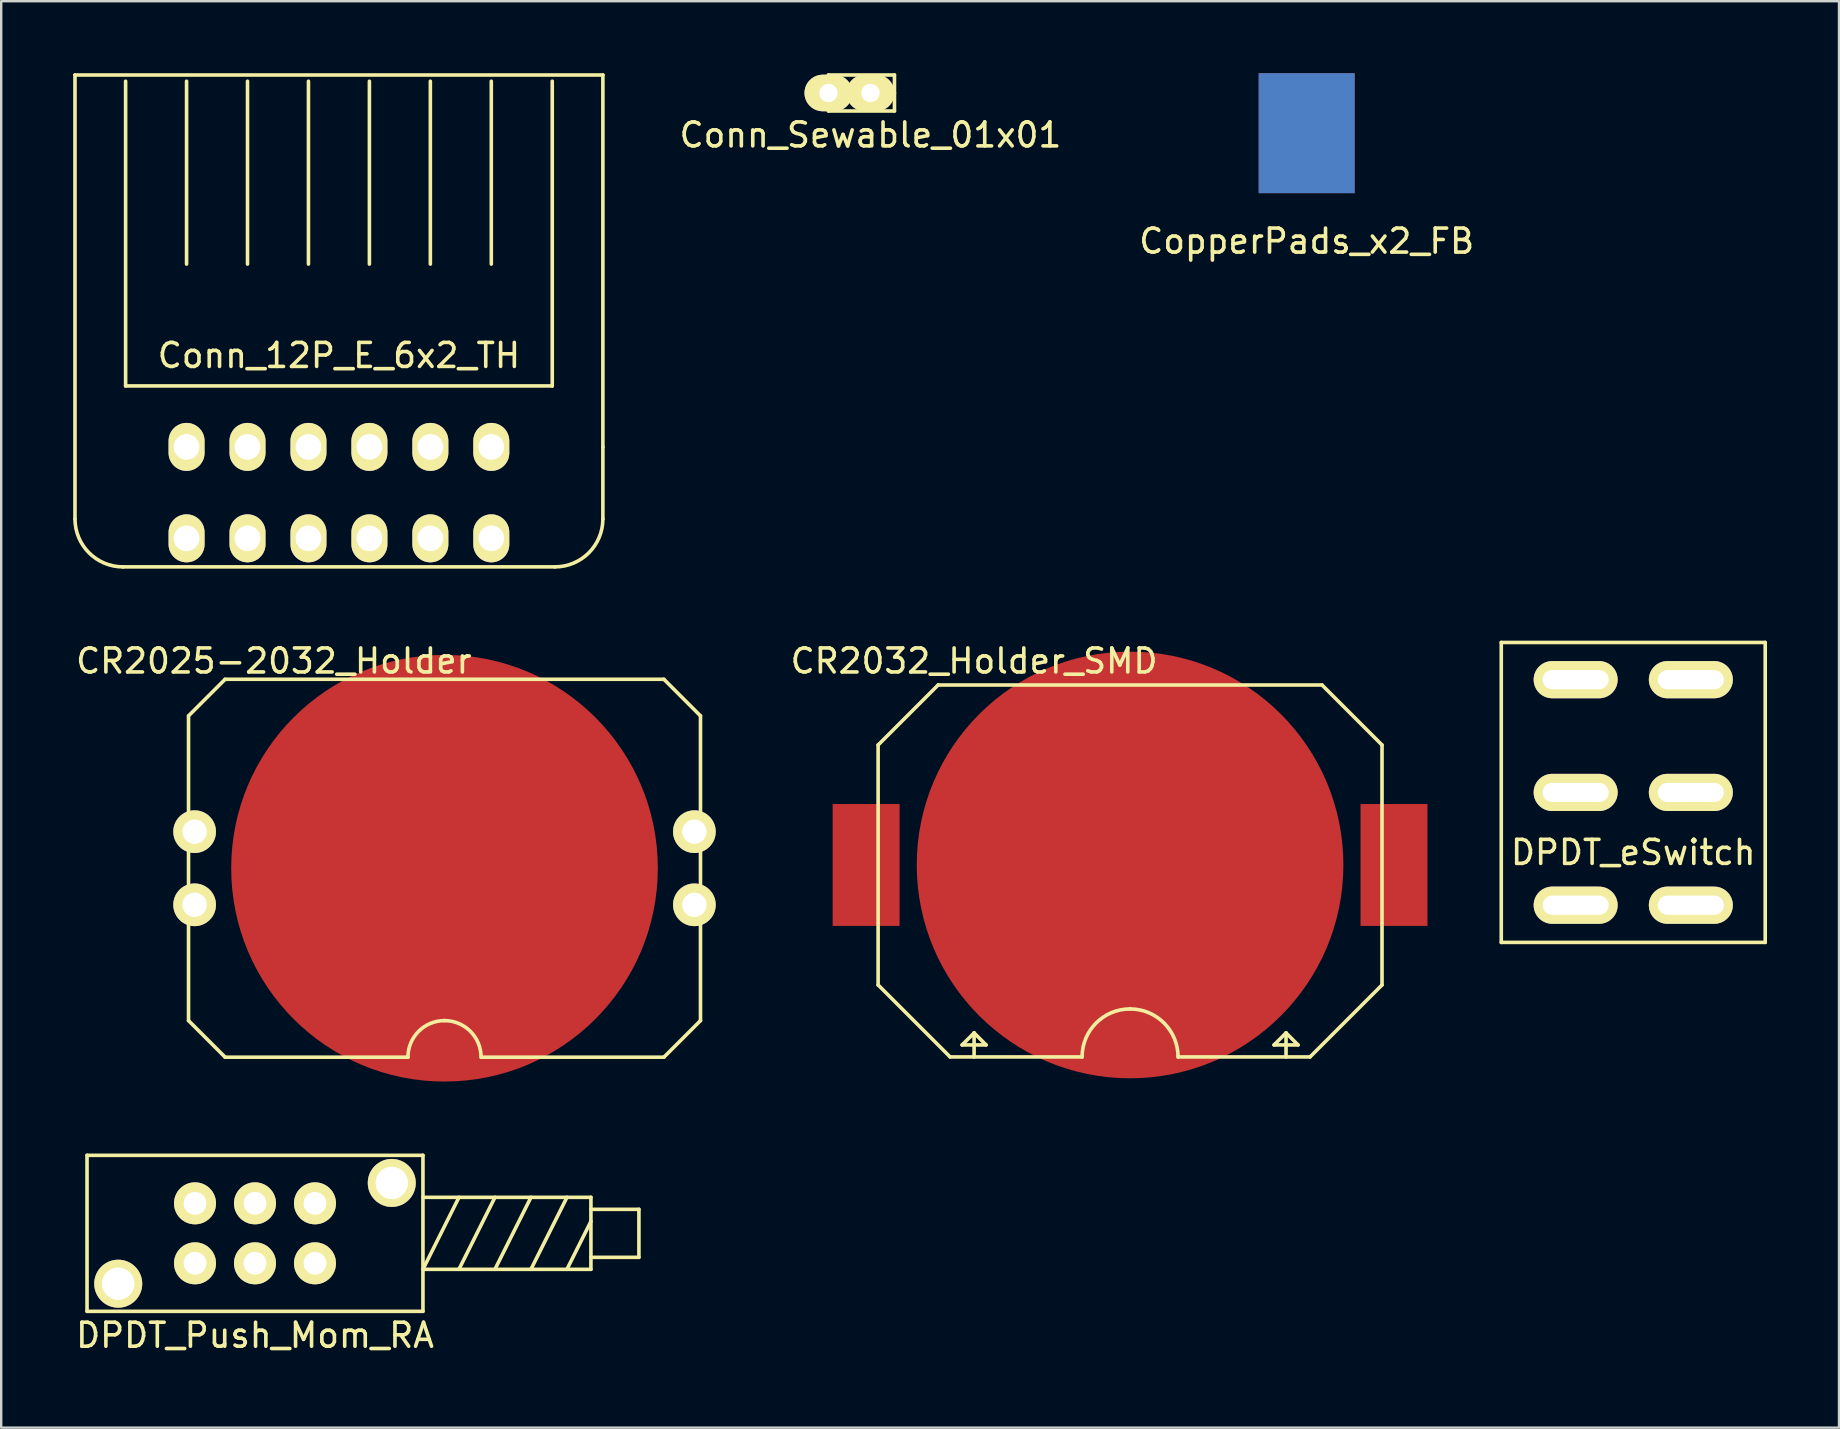
<source format=kicad_pcb>
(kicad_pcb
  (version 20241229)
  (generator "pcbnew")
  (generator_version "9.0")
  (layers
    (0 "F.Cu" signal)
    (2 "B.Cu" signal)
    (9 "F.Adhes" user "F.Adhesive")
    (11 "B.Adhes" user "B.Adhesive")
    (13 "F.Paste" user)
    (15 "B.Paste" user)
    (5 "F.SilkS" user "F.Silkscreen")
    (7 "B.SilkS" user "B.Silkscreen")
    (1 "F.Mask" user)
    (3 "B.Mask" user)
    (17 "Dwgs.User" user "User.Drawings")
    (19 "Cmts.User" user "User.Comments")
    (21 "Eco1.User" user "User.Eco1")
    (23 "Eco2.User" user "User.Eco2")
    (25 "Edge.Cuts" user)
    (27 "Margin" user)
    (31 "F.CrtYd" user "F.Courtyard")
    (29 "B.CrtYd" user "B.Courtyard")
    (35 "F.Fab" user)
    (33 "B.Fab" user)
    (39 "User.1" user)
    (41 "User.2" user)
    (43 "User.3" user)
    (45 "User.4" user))
  (footprint "Conn_12P_E_6x2_TH"
    (layer "F.Cu")
    (at 11.075 15.575)
    (property "Reference" "Conn_12P_E_6x2_TH" (at 0 -3.81 0) (layer "F.SilkS") (effects (font (size 1 1) (thickness 0.15))))
    (attr through_hole)
    (fp_line (start -11 -15.5) (end -11 3) (stroke (width 0.15) (type solid)) (layer "F.SilkS"))
    (fp_line (start -8.89 -15.24) (end -8.89 -2.54) (stroke (width 0.15) (type solid)) (layer "F.SilkS"))
    (fp_line (start -8.89 -2.54) (end 8.89 -2.54) (stroke (width 0.15) (type solid)) (layer "F.SilkS"))
    (fp_line (start -6.35 -15.24) (end -6.35 -7.62) (stroke (width 0.15) (type solid)) (layer "F.SilkS"))
    (fp_line (start -3.81 -15.24) (end -3.81 -7.62) (stroke (width 0.15) (type solid)) (layer "F.SilkS"))
    (fp_line (start -1.27 -7.62) (end -1.27 -15.24) (stroke (width 0.15) (type solid)) (layer "F.SilkS"))
    (fp_line (start 1.27 -15.24) (end 1.27 -7.62) (stroke (width 0.15) (type solid)) (layer "F.SilkS"))
    (fp_line (start 3.81 -7.62) (end 3.81 -15.24) (stroke (width 0.15) (type solid)) (layer "F.SilkS"))
    (fp_line (start 6.35 -15.24) (end 6.35 -7.62) (stroke (width 0.15) (type solid)) (layer "F.SilkS"))
    (fp_line (start 8.89 -2.54) (end 8.89 -15.24) (stroke (width 0.15) (type solid)) (layer "F.SilkS"))
    (fp_line (start 9 5) (end -9 5) (stroke (width 0.15) (type solid)) (layer "F.SilkS"))
    (fp_line (start 11 -15.5) (end -11 -15.5) (stroke (width 0.15) (type solid)) (layer "F.SilkS"))
    (fp_line (start 11 0) (end 11 -15.5) (stroke (width 0.15) (type solid)) (layer "F.SilkS"))
    (fp_line (start 11 3) (end 11 0) (stroke (width 0.15) (type solid)) (layer "F.SilkS"))
    (fp_arc (start -9 5) (mid -10.414214 4.414214) (end -11 3) (stroke (width 0.15) (type solid)) (layer "F.SilkS"))
    (fp_arc (start 11 3) (mid 10.414214 4.414214) (end 9 5) (stroke (width 0.15) (type solid)) (layer "F.SilkS"))
    (pad "1" thru_hole oval (at -6.35 3.81) (size 1.5 2) (drill 1.07) (layers "*.Cu" "*.Mask" "F.SilkS"))
    (pad "2" thru_hole oval (at -6.35 0) (size 1.5 2) (drill 1.07) (layers "*.Cu" "*.Mask" "F.SilkS"))
    (pad "3" thru_hole oval (at -3.81 3.81) (size 1.5 2) (drill 1.07) (layers "*.Cu" "*.Mask" "F.SilkS"))
    (pad "4" thru_hole oval (at -3.81 0) (size 1.5 2) (drill 1.07) (layers "*.Cu" "*.Mask" "F.SilkS"))
    (pad "5" thru_hole oval (at -1.27 3.81) (size 1.5 2) (drill 1.07) (layers "*.Cu" "*.Mask" "F.SilkS"))
    (pad "6" thru_hole oval (at -1.27 0) (size 1.5 2) (drill 1.07) (layers "*.Cu" "*.Mask" "F.SilkS"))
    (pad "7" thru_hole oval (at 1.27 3.81) (size 1.5 2) (drill 1.07) (layers "*.Cu" "*.Mask" "F.SilkS"))
    (pad "8" thru_hole oval (at 1.27 0) (size 1.5 2) (drill 1.07) (layers "*.Cu" "*.Mask" "F.SilkS"))
    (pad "9" thru_hole oval (at 3.81 3.81) (size 1.5 2) (drill 1.07) (layers "*.Cu" "*.Mask" "F.SilkS"))
    (pad "10" thru_hole oval (at 3.81 0) (size 1.5 2) (drill 1.07) (layers "*.Cu" "*.Mask" "F.SilkS"))
    (pad "11" thru_hole oval (at 6.35 3.81) (size 1.5 2) (drill 1.07) (layers "*.Cu" "*.Mask" "F.SilkS"))
    (pad "12" thru_hole oval (at 6.35 0) (size 1.5 2) (drill 1.07) (layers "*.Cu" "*.Mask" "F.SilkS")))
  (footprint "DPDT_eSwitch"
    (layer "F.Cu")
    (at 65.016 29.975)
    (property "Reference" "DPDT_eSwitch" (at 0 2.5 0) (layer "F.SilkS") (effects (font (size 1 1) (thickness 0.15))))
    (attr through_hole)
    (fp_line (start -5.5 -6.25) (end -5.5 6.25) (stroke (width 0.15) (type solid)) (layer "F.SilkS"))
    (fp_line (start -5.5 6.25) (end 5.5 6.25) (stroke (width 0.15) (type solid)) (layer "F.SilkS"))
    (fp_line (start 5.5 -6.25) (end -5.5 -6.25) (stroke (width 0.15) (type solid)) (layer "F.SilkS"))
    (fp_line (start 5.5 6.25) (end 5.5 -6.25) (stroke (width 0.15) (type solid)) (layer "F.SilkS"))
    (pad "1" thru_hole oval (at 2.4 -4.7) (size 3.5 1.55) (drill oval 2.75 0.8) (layers "*.Cu" "*.Mask" "F.SilkS"))
    (pad "2" thru_hole oval (at 2.4 0) (size 3.5 1.55) (drill oval 2.75 0.8) (layers "*.Cu" "*.Mask" "F.SilkS"))
    (pad "3" thru_hole oval (at 2.4 4.7) (size 3.5 1.55) (drill oval 2.75 0.8) (layers "*.Cu" "*.Mask" "F.SilkS"))
    (pad "4" thru_hole oval (at -2.4 4.7) (size 3.5 1.55) (drill oval 2.75 0.8) (layers "*.Cu" "*.Mask" "F.SilkS"))
    (pad "5" thru_hole oval (at -2.4 0) (size 3.5 1.55) (drill oval 2.75 0.8) (layers "*.Cu" "*.Mask" "F.SilkS"))
    (pad "6" thru_hole oval (at -2.4 -4.7) (size 3.5 1.55) (drill oval 2.75 0.8) (layers "*.Cu" "*.Mask" "F.SilkS")))
  (footprint "DPDT_Push_Mom_RA"
    (layer "F.Cu")
    (at 7.577 48.349)
    (property "Reference" "DPDT_Push_Mom_RA" (at 0 4.25 0) (layer "F.SilkS") (effects (font (size 1 1) (thickness 0.15))))
    (attr through_hole)
    (fp_line (start -7 -3.25) (end 7 -3.25) (stroke (width 0.15) (type solid)) (layer "F.SilkS"))
    (fp_line (start -7 3.25) (end -7 -3.25) (stroke (width 0.15) (type solid)) (layer "F.SilkS"))
    (fp_line (start 7 -3.25) (end 7 3.25) (stroke (width 0.15) (type solid)) (layer "F.SilkS"))
    (fp_line (start 7 -1.5) (end 14 -1.5) (stroke (width 0.15) (type solid)) (layer "F.SilkS"))
    (fp_line (start 7 1.5) (end 8.5 -1.5) (stroke (width 0.15) (type solid)) (layer "F.SilkS"))
    (fp_line (start 7 3.25) (end -7 3.25) (stroke (width 0.15) (type solid)) (layer "F.SilkS"))
    (fp_line (start 8.5 1.5) (end 10 -1.5) (stroke (width 0.15) (type solid)) (layer "F.SilkS"))
    (fp_line (start 10 1.5) (end 11.5 -1.5) (stroke (width 0.15) (type solid)) (layer "F.SilkS"))
    (fp_line (start 11.5 1.5) (end 13 -1.5) (stroke (width 0.15) (type solid)) (layer "F.SilkS"))
    (fp_line (start 13 1.5) (end 14 -0.5) (stroke (width 0.15) (type solid)) (layer "F.SilkS"))
    (fp_line (start 14 -1.5) (end 14 1.5) (stroke (width 0.15) (type solid)) (layer "F.SilkS"))
    (fp_line (start 14 -1) (end 16 -1) (stroke (width 0.15) (type solid)) (layer "F.SilkS"))
    (fp_line (start 14 1.5) (end 7 1.5) (stroke (width 0.15) (type solid)) (layer "F.SilkS"))
    (fp_line (start 16 -1) (end 16 1) (stroke (width 0.15) (type solid)) (layer "F.SilkS"))
    (fp_line (start 16 1) (end 14 1) (stroke (width 0.15) (type solid)) (layer "F.SilkS"))
    (pad "1" thru_hole circle (at -2.5 -1.25) (size 1.75 1.75) (drill 0.95) (layers "*.Cu" "*.Mask" "F.SilkS"))
    (pad "2" thru_hole circle (at 0 -1.25) (size 1.75 1.75) (drill 0.95) (layers "*.Cu" "*.Mask" "F.SilkS"))
    (pad "3" thru_hole circle (at 2.5 -1.25) (size 1.75 1.75) (drill 0.95) (layers "*.Cu" "*.Mask" "F.SilkS"))
    (pad "4" thru_hole circle (at -2.5 1.25) (size 1.75 1.75) (drill 0.95) (layers "*.Cu" "*.Mask" "F.SilkS"))
    (pad "5" thru_hole circle (at 0 1.25) (size 1.75 1.75) (drill 0.95) (layers "*.Cu" "*.Mask" "F.SilkS"))
    (pad "6" thru_hole circle (at 2.5 1.25) (size 1.75 1.75) (drill 0.95) (layers "*.Cu" "*.Mask" "F.SilkS"))
    (pad "7" thru_hole circle (at -5.7 2.1) (size 2 2) (drill 1.35) (layers "*.Cu" "*.Mask" "F.SilkS"))
    (pad "7" thru_hole circle (at 5.7 -2.1) (size 2 2) (drill 1.35) (layers "*.Cu" "*.Mask" "F.SilkS")))
  (footprint "CopperPads_x2_FB"
    (layer "F.Cu")
    (at 51.406 2.5)
    (property "Reference" "CopperPads_x2_FB" (at 0 4.5 0) (layer "F.SilkS") (effects (font (size 1 1) (thickness 0.15))))
    (attr through_hole)
    (pad "1" smd rect (at 0 0) (size 4 5) (layers "F.Cu" "F.Mask" "F.Paste"))
    (pad "2" smd rect (at 0 0) (size 4 5) (layers "F.Mask" "B.Cu" "F.Paste")))
  (footprint "Conn_Sewable_01x01"
    (layer "F.Cu")
    (at 33.227 0.825)
    (property "Reference" "Conn_Sewable_01x01" (at 0 1.75 0) (layer "F.SilkS") (effects (font (size 1 1) (thickness 0.15))))
    (attr through_hole)
    (fp_line (start -1.75 -0.75) (end -1.75 0.75) (stroke (width 0.15) (type solid)) (layer "F.SilkS"))
    (fp_line (start -1.75 0.75) (end 1 0.75) (stroke (width 0.15) (type solid)) (layer "F.SilkS"))
    (fp_line (start 1 -0.75) (end -1.75 -0.75) (stroke (width 0.15) (type solid)) (layer "F.SilkS"))
    (fp_line (start 1 0) (end 1 -0.75) (stroke (width 0.15) (type solid)) (layer "F.SilkS"))
    (fp_line (start 1 0.75) (end 1 0) (stroke (width 0.15) (type solid)) (layer "F.SilkS"))
    (pad "1" thru_hole oval (at -1.75 0) (size 2 1.524) (drill 0.762) (layers "*.Cu" "*.Mask" "F.SilkS"))
    (pad "1" thru_hole oval (at 0 0) (size 2 1.524) (drill 0.762) (layers "*.Cu" "*.Mask" "F.SilkS")))
  (footprint "CR2025-2032_Holder"
    (layer "F.Cu")
    (at 15.475 33.134)
    (property "Reference" "CR2025-2032_Holder" (at -7.112 -8.636 0) (layer "F.SilkS") (effects (font (size 1 1) (thickness 0.15))))
    (attr through_hole)
    (fp_line (start -10.668 -6.35) (end -9.144 -7.874) (stroke (width 0.15) (type solid)) (layer "F.SilkS"))
    (fp_line (start -10.668 6.35) (end -10.668 -6.35) (stroke (width 0.15) (type solid)) (layer "F.SilkS"))
    (fp_line (start -9.144 -7.874) (end 9.144 -7.874) (stroke (width 0.15) (type solid)) (layer "F.SilkS"))
    (fp_line (start -9.144 7.874) (end -10.668 6.35) (stroke (width 0.15) (type solid)) (layer "F.SilkS"))
    (fp_line (start -1.524 7.874) (end -9.144 7.874) (stroke (width 0.15) (type solid)) (layer "F.SilkS"))
    (fp_line (start 9.144 -7.874) (end 10.668 -6.35) (stroke (width 0.15) (type solid)) (layer "F.SilkS"))
    (fp_line (start 9.144 7.874) (end 1.524 7.874) (stroke (width 0.15) (type solid)) (layer "F.SilkS"))
    (fp_line (start 10.668 -6.35) (end 10.668 6.35) (stroke (width 0.15) (type solid)) (layer "F.SilkS"))
    (fp_line (start 10.668 6.35) (end 9.144 7.874) (stroke (width 0.15) (type solid)) (layer "F.SilkS"))
    (fp_arc (start -1.524 7.874) (mid -1.077631 6.796369) (end 0 6.35) (stroke (width 0.15) (type solid)) (layer "F.SilkS"))
    (fp_arc (start 0 6.35) (mid 1.077631 6.796369) (end 1.524 7.874) (stroke (width 0.15) (type solid)) (layer "F.SilkS"))
    (pad "1" thru_hole circle (at -10.414 -1.524) (size 1.778 1.778) (drill 1.016) (layers "*.Cu" "*.Mask" "F.SilkS"))
    (pad "1" thru_hole circle (at -10.414 1.524) (size 1.778 1.778) (drill 1.016) (layers "*.Cu" "*.Mask" "F.SilkS"))
    (pad "1" thru_hole circle (at 10.414 -1.524) (size 1.778 1.778) (drill 1.016) (layers "*.Cu" "*.Mask" "F.SilkS"))
    (pad "1" thru_hole circle (at 10.414 1.524) (size 1.778 1.778) (drill 1.016) (layers "*.Cu" "*.Mask" "F.SilkS"))
    (pad "2" smd circle (at 0 0) (size 17.78 17.78) (layers "F.Cu" "F.Mask" "F.Paste")))
  (footprint "CR2032_Holder_SMD"
    (layer "F.Cu")
    (at 44.046 32.998)
    (property "Reference" "CR2032_Holder_SMD" (at -6.5 -8.5 0) (layer "F.SilkS") (effects (font (size 1 1) (thickness 0.15))))
    (attr through_hole)
    (fp_line (start -10.5 -5) (end -10.5 5) (stroke (width 0.15) (type solid)) (layer "F.SilkS"))
    (fp_line (start -10.5 5) (end -7.5 8) (stroke (width 0.15) (type solid)) (layer "F.SilkS"))
    (fp_line (start -8 -7.5) (end -10.5 -5) (stroke (width 0.15) (type solid)) (layer "F.SilkS"))
    (fp_line (start -7 7.5) (end -6 7.5) (stroke (width 0.15) (type solid)) (layer "F.SilkS"))
    (fp_line (start -6.5 7) (end -7 7.5) (stroke (width 0.15) (type solid)) (layer "F.SilkS"))
    (fp_line (start -6.5 8) (end -6.5 7) (stroke (width 0.15) (type solid)) (layer "F.SilkS"))
    (fp_line (start -6 7.5) (end -6.5 7) (stroke (width 0.15) (type solid)) (layer "F.SilkS"))
    (fp_line (start -2 8) (end -7.5 8) (stroke (width 0.15) (type solid)) (layer "F.SilkS"))
    (fp_line (start 6 7.5) (end 6.5 7) (stroke (width 0.15) (type solid)) (layer "F.SilkS"))
    (fp_line (start 6.5 7) (end 7 7.5) (stroke (width 0.15) (type solid)) (layer "F.SilkS"))
    (fp_line (start 6.5 8) (end 6.5 7) (stroke (width 0.15) (type solid)) (layer "F.SilkS"))
    (fp_line (start 7 7.5) (end 6 7.5) (stroke (width 0.15) (type solid)) (layer "F.SilkS"))
    (fp_line (start 7.5 8) (end 2 8) (stroke (width 0.15) (type solid)) (layer "F.SilkS"))
    (fp_line (start 7.5 8) (end 10.5 5) (stroke (width 0.15) (type solid)) (layer "F.SilkS"))
    (fp_line (start 8 -7.5) (end -8 -7.5) (stroke (width 0.15) (type solid)) (layer "F.SilkS"))
    (fp_line (start 10.5 -5) (end 8 -7.5) (stroke (width 0.15) (type solid)) (layer "F.SilkS"))
    (fp_line (start 10.5 5) (end 10.5 -5) (stroke (width 0.15) (type solid)) (layer "F.SilkS"))
    (fp_arc (start -2 8) (mid -1.414214 6.585786) (end 0 6) (stroke (width 0.15) (type solid)) (layer "F.SilkS"))
    (fp_arc (start 0 6) (mid 1.414214 6.585786) (end 2 8) (stroke (width 0.15) (type solid)) (layer "F.SilkS"))
    (pad "1" smd rect (at -11 0) (size 2.79 5.08) (layers "F.Cu" "F.Mask" "F.Paste"))
    (pad "1" smd rect (at 11 0) (size 2.79 5.08) (layers "F.Cu" "F.Mask" "F.Paste"))
    (pad "2" smd circle (at 0 0) (size 17.78 17.78) (layers "F.Cu" "F.Mask" "F.Paste")))
  (gr_rect
    (start -3 -3)
    (end 73.591 56.447)
    (stroke (width 0.1) (type default))
    (fill no)
    (layer "Edge.Cuts")))
</source>
